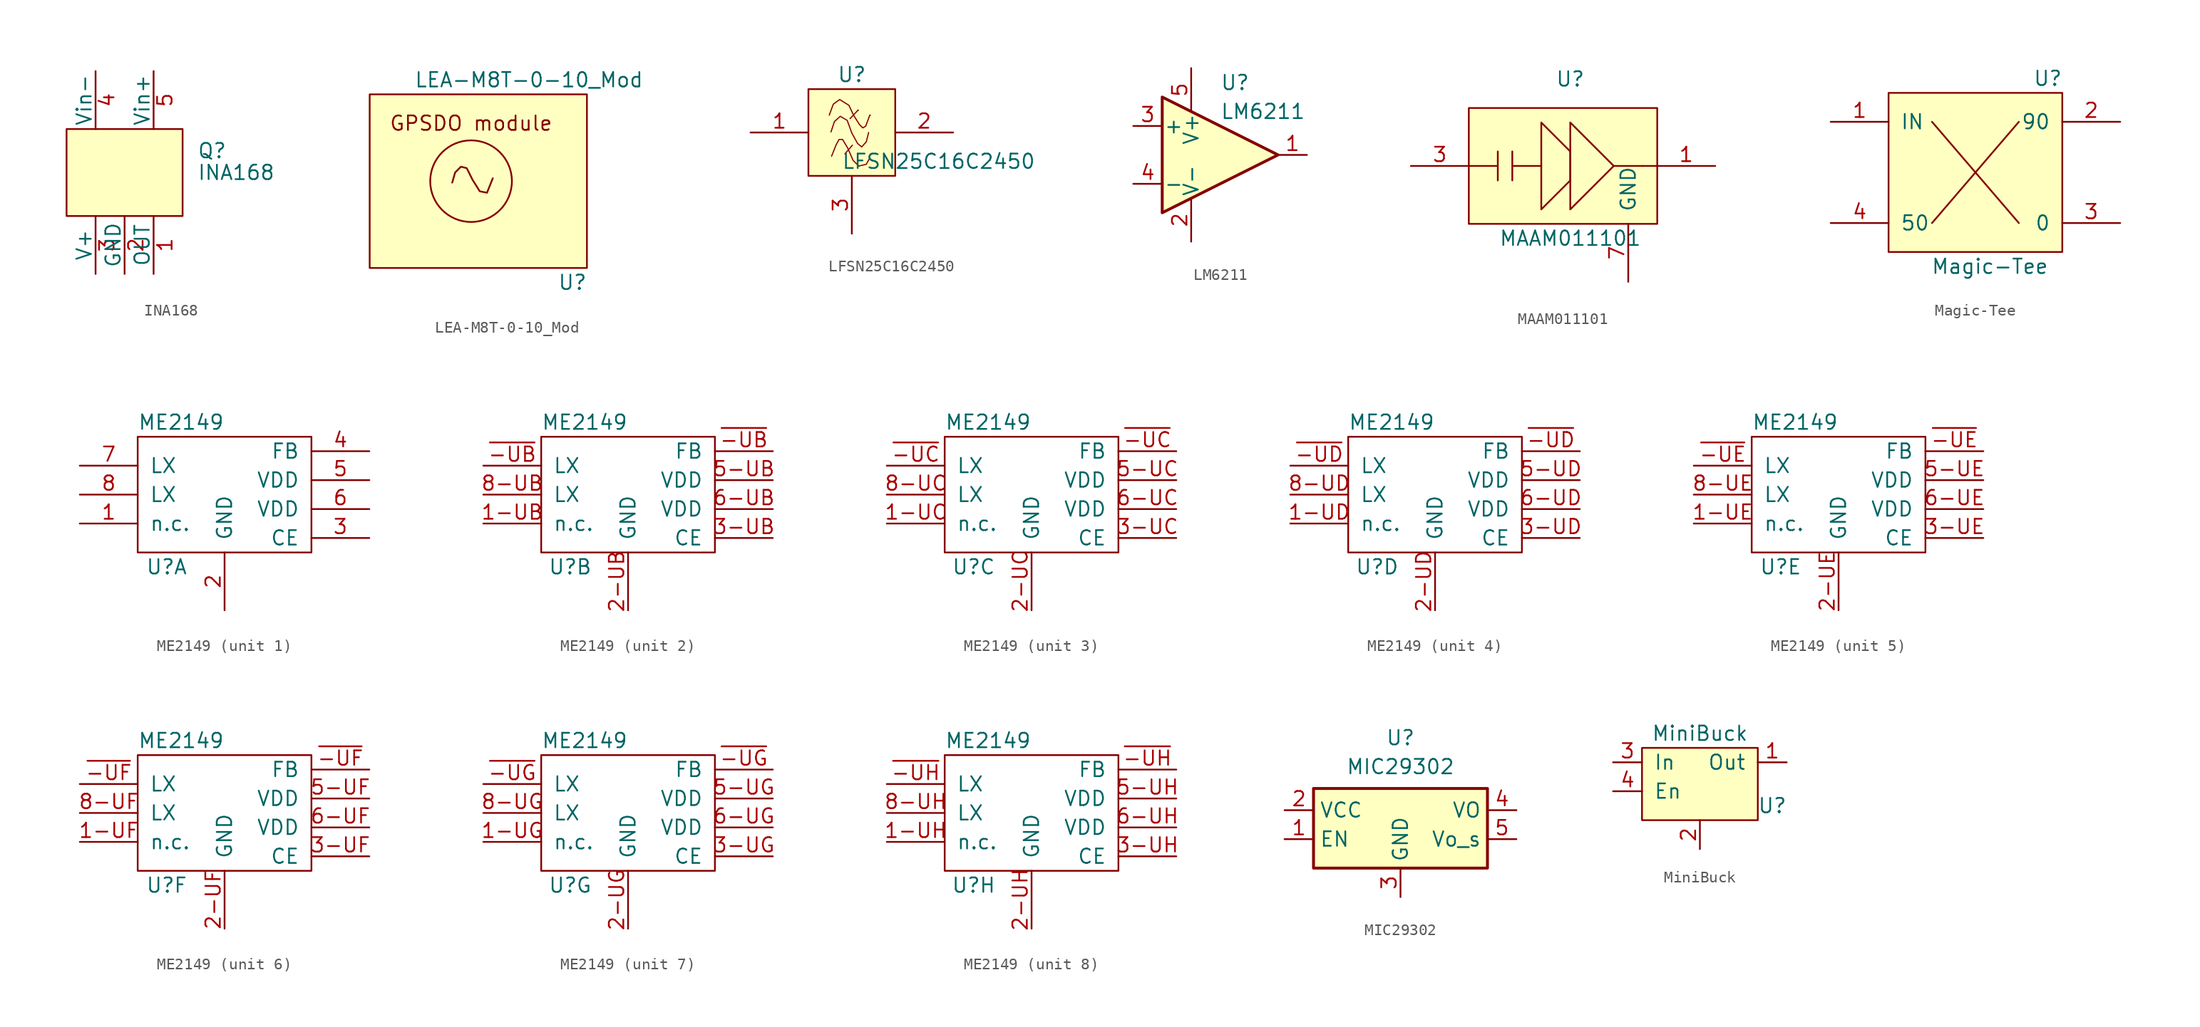
<source format=kicad_sym>
(kicad_symbol_lib
  (version 20211014)
  (generator kicad_symbol_editor)
  (symbol "INA168"
    (pin_names
      (offset 0))
    (property "Reference" "Q"
      (at 6.35 1.905 0)
      (effects (font (size 1.27 1.27)) (justify left)))
    (property "Value" "INA168"
      (at 6.35 0 0)
      (effects (font (size 1.27 1.27)) (justify left)))
    (symbol "INA168_0_1"
      (rectangle (start -5.08 3.81) (end 5.08 -3.81) (stroke (width 0) (type default) (color 0 0 0 0)) (fill (type background))))
    (symbol "INA168_1_1"
      (pin input line (at 2.54 -8.89 90) (length 5.08) (name "OUT" (effects (font (size 1.27 1.27)))) (number "1" (effects (font (size 1.27 1.27)))))
      (pin input line (at 0 -8.89 90) (length 5.08) (name "GND" (effects (font (size 1.27 1.27)))) (number "2" (effects (font (size 1.27 1.27)))))
      (pin input line (at -2.54 -8.89 90) (length 5.08) (name "V+" (effects (font (size 1.27 1.27)))) (number "3" (effects (font (size 1.27 1.27)))))
      (pin input line (at -2.54 8.89 270) (length 5.08) (name "Vin-" (effects (font (size 1.27 1.27)))) (number "4" (effects (font (size 1.27 1.27)))))
      (pin input line (at 2.54 8.89 270) (length 5.08) (name "Vin+" (effects (font (size 1.27 1.27)))) (number "5" (effects (font (size 1.27 1.27)))))))
  (symbol "LEA-M8T-0-10_Mod"
    (pin_names
      (offset 1.016))
    (property "Reference" "U"
      (at 8.89 -8.89 0)
      (effects (font (size 1.27 1.27))))
    (property "Value" "LEA-M8T-0-10_Mod"
      (at 5.08 8.89 0)
      (effects (font (size 1.27 1.27))))
    (symbol "LEA-M8T-0-10_Mod_0_0"
      (text "GPSDO module" (at 0 5.08 0) (effects (font (size 1.27 1.27)))))
    (symbol "LEA-M8T-0-10_Mod_0_1"
      (rectangle (start -8.89 7.62) (end 10.16 -7.62) (stroke (width 0) (type default) (color 0 0 0 0)) (fill (type background)))
      (polyline (pts (xy -1.651 -0.127) (xy -1.397 0.762) (xy -0.889 1.27) (xy -0.381 1.143) (xy 0.127 0.127) (xy 0.762 -0.889) (xy 1.397 -1.016) (xy 1.905 0.254)) (stroke (width 0) (type default) (color 0 0 0 0)) (fill (type none)))
      (circle (center 0 0) (radius 3.581) (stroke (width 0) (type default) (color 0 0 0 0)) (fill (type none)))))
  (symbol "LFSN25C16C2450"
    (pin_names
      (offset 1.016))
    (property "Reference" "U"
      (at 0 5.08 0)
      (effects (font (size 1.27 1.27))))
    (property "Value" "LFSN25C16C2450"
      (at 7.62 -2.54 0)
      (effects (font (size 1.27 1.27))))
    (symbol "LFSN25C16C2450_0_1"
      (rectangle (start -3.81 3.81) (end 3.81 -3.81) (stroke (width 0) (type default) (color 0 0 0 0)) (fill (type background)))
      (polyline (pts (xy -0.61 -1.88) (xy 0.051 -1.118)) (stroke (width 0.102) (type default) (color 0 0 0 0)) (fill (type none)))
      (polyline (pts (xy -0.152 1.219) (xy 0.559 1.981) (xy 0.559 1.93)) (stroke (width 0.102) (type default) (color 0 0 0 0)) (fill (type none)))
      (polyline (pts (xy -1.829 0.051) (xy -1.524 0.965) (xy -1.016 1.422) (xy -0.406 1.067) (xy 0 -0.051) (xy 0.508 -0.965) (xy 0.864 -1.27) (xy 1.27 -0.813) (xy 1.473 0)) (stroke (width 0.102) (type default) (color 0 0 0 0)) (fill (type none)))
      (polyline (pts (xy -1.778 -2.083) (xy -1.372 -1.067) (xy -1.118 -0.61) (xy -0.813 -0.61) (xy -0.356 -1.372) (xy 0.102 -2.438) (xy 0.61 -2.946) (xy 1.27 -2.794) (xy 1.575 -2.235)) (stroke (width 0.102) (type default) (color 0 0 0 0)) (fill (type none)))
      (polyline (pts (xy -1.981 1.524) (xy -1.626 2.489) (xy -1.067 2.896) (xy -0.254 2.388) (xy 0.152 1.524) (xy 0.66 0.711) (xy 0.965 0.406) (xy 1.219 0.559) (xy 1.575 1.524) (xy 1.626 1.524)) (stroke (width 0.102) (type default) (color 0 0 0 0)) (fill (type none))))
    (symbol "LFSN25C16C2450_1_1"
      (pin passive line (at -8.89 0 0) (length 5.08) (name "~" (effects (font (size 1.27 1.27)))) (number "1" (effects (font (size 1.27 1.27)))))
      (pin passive line (at 8.89 0 180) (length 5.08) (name "~" (effects (font (size 1.27 1.27)))) (number "2" (effects (font (size 1.27 1.27)))))
      (pin power_in line (at 0 -8.89 90) (length 5.08) (name "~" (effects (font (size 1.27 1.27)))) (number "3" (effects (font (size 1.27 1.27)))))
      (pin power_in line (at 0 -8.89 90) (length 5.08) hide (name "~" (effects (font (size 1.27 1.27)))) (number "4" (effects (font (size 1.27 1.27)))))))
  (symbol "LM6211"
    (pin_names
      (offset 0.127))
    (property "Reference" "U"
      (at 0 6.35 0)
      (effects (font (size 1.27 1.27)) (justify left)))
    (property "Value" "LM6211"
      (at 0 3.81 0)
      (effects (font (size 1.27 1.27)) (justify left)))
    (symbol "LM6211_0_1"
      (polyline (pts (xy -5.08 5.08) (xy 5.08 0) (xy -5.08 -5.08) (xy -5.08 5.08)) (stroke (width 0.254) (type default) (color 0 0 0 0)) (fill (type background))))
    (symbol "LM6211_1_1"
      (pin output line (at 7.62 0 180) (length 2.54) (name "~" (effects (font (size 1.27 1.27)))) (number "1" (effects (font (size 1.27 1.27)))))
      (pin power_in line (at -2.54 -7.62 90) (length 3.81) (name "V-" (effects (font (size 1.27 1.27)))) (number "2" (effects (font (size 1.27 1.27)))))
      (pin input line (at -7.62 2.54 0) (length 2.54) (name "+" (effects (font (size 1.27 1.27)))) (number "3" (effects (font (size 1.27 1.27)))))
      (pin input line (at -7.62 -2.54 0) (length 2.54) (name "-" (effects (font (size 1.27 1.27)))) (number "4" (effects (font (size 1.27 1.27)))))
      (pin power_in line (at -2.54 7.62 270) (length 3.81) (name "V+" (effects (font (size 1.27 1.27)))) (number "5" (effects (font (size 1.27 1.27)))))))
  (symbol "MAAM011101"
    (pin_names
      (offset 1.016))
    (property "Reference" "U"
      (at 0 7.62 0)
      (effects (font (size 1.27 1.27))))
    (property "Value" "MAAM011101"
      (at 0 -6.35 0)
      (effects (font (size 1.27 1.27))))
    (symbol "MAAM011101_0_1"
      (rectangle (start -8.89 5.08) (end 7.62 -5.08) (stroke (width 0) (type default) (color 0 0 0 0)) (fill (type background)))
      (polyline (pts (xy 3.81 0) (xy 6.35 0)) (stroke (width 0) (type default) (color 0 0 0 0)) (fill (type none)))
      (polyline (pts (xy 6.35 0) (xy 7.62 0)) (stroke (width 0) (type default) (color 0 0 0 0)) (fill (type none)))
      (polyline (pts (xy -8.89 0) (xy -6.35 0) (xy -6.35 1.27) (xy -6.35 -1.27)) (stroke (width 0) (type default) (color 0 0 0 0)) (fill (type none)))
      (polyline (pts (xy -5.08 1.27) (xy -5.08 -1.27) (xy -5.08 0) (xy -2.54 0)) (stroke (width 0) (type default) (color 0 0 0 0)) (fill (type none)))
      (polyline (pts (xy 0 -3.81) (xy 0 3.81) (xy 3.81 0) (xy 0 -3.81)) (stroke (width 0) (type default) (color 0 0 0 0)) (fill (type none)))
      (polyline (pts (xy -2.54 3.81) (xy -2.54 -3.81) (xy 0 -1.27) (xy 0 1.27) (xy -2.54 3.81)) (stroke (width 0) (type default) (color 0 0 0 0)) (fill (type none))))
    (symbol "MAAM011101_1_1"
      (pin input line (at 12.7 0 180) (length 5.08) (name "~" (effects (font (size 1.27 1.27)))) (number "1" (effects (font (size 1.27 1.27)))))
      (pin input line (at 5.08 -10.16 90) (length 5.08) hide (name "~" (effects (font (size 1.27 1.27)))) (number "2" (effects (font (size 1.27 1.27)))))
      (pin input line (at -13.97 0 0) (length 5.08) (name "~" (effects (font (size 1.27 1.27)))) (number "3" (effects (font (size 1.27 1.27)))))
      (pin input line (at 5.08 -10.16 90) (length 5.08) hide (name "~" (effects (font (size 1.27 1.27)))) (number "4" (effects (font (size 1.27 1.27)))))
      (pin input line (at 5.08 -10.16 90) (length 5.08) hide (name "~" (effects (font (size 1.27 1.27)))) (number "5" (effects (font (size 1.27 1.27)))))
      (pin input line (at 5.08 -10.16 90) (length 5.08) hide (name "~" (effects (font (size 1.27 1.27)))) (number "6" (effects (font (size 1.27 1.27)))))
      (pin input line (at 5.08 -10.16 90) (length 5.08) (name "GND" (effects (font (size 1.27 1.27)))) (number "7" (effects (font (size 1.27 1.27)))))))
  (symbol "Magic-Tee"
    (pin_names
      (offset 1.016))
    (property "Reference" "U"
      (at 8.89 10.16 0)
      (effects (font (size 1.27 1.27))))
    (property "Value" "Magic-Tee"
      (at 3.81 -6.35 0)
      (effects (font (size 1.27 1.27))))
    (symbol "Magic-Tee_0_1"
      (rectangle (start -5.08 8.89) (end 10.16 -5.08) (stroke (width 0) (type default) (color 0 0 0 0)) (fill (type background)))
      (polyline (pts (xy -1.27 6.35) (xy 6.35 -2.54)) (stroke (width 0) (type default) (color 0 0 0 0)) (fill (type none)))
      (polyline (pts (xy 6.35 6.35) (xy -1.27 -2.54)) (stroke (width 0) (type default) (color 0 0 0 0)) (fill (type none))))
    (symbol "Magic-Tee_1_1"
      (pin input line (at -10.16 6.35 0) (length 5.08) (name "IN" (effects (font (size 1.27 1.27)))) (number "1" (effects (font (size 1.27 1.27)))))
      (pin input line (at 15.24 6.35 180) (length 5.08) (name "90" (effects (font (size 1.27 1.27)))) (number "2" (effects (font (size 1.27 1.27)))))
      (pin input line (at 15.24 -2.54 180) (length 5.08) (name "0" (effects (font (size 1.27 1.27)))) (number "3" (effects (font (size 1.27 1.27)))))
      (pin input line (at -10.16 -2.54 0) (length 5.08) (name "50" (effects (font (size 1.27 1.27)))) (number "4" (effects (font (size 1.27 1.27)))))))
  (symbol "ME2149"
    (pin_names
      (offset 1.016))
    (property "Reference" "U"
      (at -5.08 -6.35 0)
      (effects (font (size 1.27 1.27))))
    (property "Value" "ME2149"
      (at -3.81 6.35 0)
      (effects (font (size 1.27 1.27))))
    (symbol "ME2149_0_1"
      (rectangle (start -7.62 5.08) (end 7.62 -5.08) (stroke (width 0) (type default) (color 0 0 0 0)) (fill (type none))))
    (symbol "ME2149_1_1"
      (pin input line (at -12.7 -2.54 0) (length 5.08) (name "n.c." (effects (font (size 1.27 1.27)))) (number "1" (effects (font (size 1.27 1.27)))))
      (pin input line (at 0 -10.16 90) (length 5.08) (name "GND" (effects (font (size 1.27 1.27)))) (number "2" (effects (font (size 1.27 1.27)))))
      (pin input line (at 12.7 -3.81 180) (length 5.08) (name "CE" (effects (font (size 1.27 1.27)))) (number "3" (effects (font (size 1.27 1.27)))))
      (pin input line (at 12.7 3.81 180) (length 5.08) (name "FB" (effects (font (size 1.27 1.27)))) (number "4" (effects (font (size 1.27 1.27)))))
      (pin input line (at 12.7 1.27 180) (length 5.08) (name "VDD" (effects (font (size 1.27 1.27)))) (number "5" (effects (font (size 1.27 1.27)))))
      (pin input line (at 12.7 -1.27 180) (length 5.08) (name "VDD" (effects (font (size 1.27 1.27)))) (number "6" (effects (font (size 1.27 1.27)))))
      (pin input line (at -12.7 2.54 0) (length 5.08) (name "LX" (effects (font (size 1.27 1.27)))) (number "7" (effects (font (size 1.27 1.27)))))
      (pin input line (at -12.7 0 0) (length 5.08) (name "LX" (effects (font (size 1.27 1.27)))) (number "8" (effects (font (size 1.27 1.27))))))
    (symbol "ME2149_2_1"
      (pin input line (at -12.7 -2.54 0) (length 5.08) (name "n.c." (effects (font (size 1.27 1.27)))) (number "1-UB" (effects (font (size 1.27 1.27)))))
      (pin input line (at 0 -10.16 90) (length 5.08) (name "GND" (effects (font (size 1.27 1.27)))) (number "2-UB" (effects (font (size 1.27 1.27)))))
      (pin input line (at 12.7 -3.81 180) (length 5.08) (name "CE" (effects (font (size 1.27 1.27)))) (number "3-UB" (effects (font (size 1.27 1.27)))))
      (pin input line (at 12.7 1.27 180) (length 5.08) (name "VDD" (effects (font (size 1.27 1.27)))) (number "5-UB" (effects (font (size 1.27 1.27)))))
      (pin input line (at 12.7 -1.27 180) (length 5.08) (name "VDD" (effects (font (size 1.27 1.27)))) (number "6-UB" (effects (font (size 1.27 1.27)))))
      (pin input line (at -12.7 0 0) (length 5.08) (name "LX" (effects (font (size 1.27 1.27)))) (number "8-UB" (effects (font (size 1.27 1.27)))))
      (pin input line (at 12.7 3.81 180) (length 5.08) (name "FB" (effects (font (size 1.27 1.27)))) (number "~{-UB}" (effects (font (size 1.27 1.27)))))
      (pin input line (at -12.7 2.54 0) (length 5.08) (name "LX" (effects (font (size 1.27 1.27)))) (number "~{-UB}" (effects (font (size 1.27 1.27))))))
    (symbol "ME2149_3_1"
      (pin input line (at -12.7 -2.54 0) (length 5.08) (name "n.c." (effects (font (size 1.27 1.27)))) (number "1-UC" (effects (font (size 1.27 1.27)))))
      (pin input line (at 0 -10.16 90) (length 5.08) (name "GND" (effects (font (size 1.27 1.27)))) (number "2-UC" (effects (font (size 1.27 1.27)))))
      (pin input line (at 12.7 -3.81 180) (length 5.08) (name "CE" (effects (font (size 1.27 1.27)))) (number "3-UC" (effects (font (size 1.27 1.27)))))
      (pin input line (at 12.7 1.27 180) (length 5.08) (name "VDD" (effects (font (size 1.27 1.27)))) (number "5-UC" (effects (font (size 1.27 1.27)))))
      (pin input line (at 12.7 -1.27 180) (length 5.08) (name "VDD" (effects (font (size 1.27 1.27)))) (number "6-UC" (effects (font (size 1.27 1.27)))))
      (pin input line (at -12.7 0 0) (length 5.08) (name "LX" (effects (font (size 1.27 1.27)))) (number "8-UC" (effects (font (size 1.27 1.27)))))
      (pin input line (at 12.7 3.81 180) (length 5.08) (name "FB" (effects (font (size 1.27 1.27)))) (number "~{-UC}" (effects (font (size 1.27 1.27)))))
      (pin input line (at -12.7 2.54 0) (length 5.08) (name "LX" (effects (font (size 1.27 1.27)))) (number "~{-UC}" (effects (font (size 1.27 1.27))))))
    (symbol "ME2149_4_1"
      (pin input line (at -12.7 -2.54 0) (length 5.08) (name "n.c." (effects (font (size 1.27 1.27)))) (number "1-UD" (effects (font (size 1.27 1.27)))))
      (pin input line (at 0 -10.16 90) (length 5.08) (name "GND" (effects (font (size 1.27 1.27)))) (number "2-UD" (effects (font (size 1.27 1.27)))))
      (pin input line (at 12.7 -3.81 180) (length 5.08) (name "CE" (effects (font (size 1.27 1.27)))) (number "3-UD" (effects (font (size 1.27 1.27)))))
      (pin input line (at 12.7 1.27 180) (length 5.08) (name "VDD" (effects (font (size 1.27 1.27)))) (number "5-UD" (effects (font (size 1.27 1.27)))))
      (pin input line (at 12.7 -1.27 180) (length 5.08) (name "VDD" (effects (font (size 1.27 1.27)))) (number "6-UD" (effects (font (size 1.27 1.27)))))
      (pin input line (at -12.7 0 0) (length 5.08) (name "LX" (effects (font (size 1.27 1.27)))) (number "8-UD" (effects (font (size 1.27 1.27)))))
      (pin input line (at 12.7 3.81 180) (length 5.08) (name "FB" (effects (font (size 1.27 1.27)))) (number "~{-UD}" (effects (font (size 1.27 1.27)))))
      (pin input line (at -12.7 2.54 0) (length 5.08) (name "LX" (effects (font (size 1.27 1.27)))) (number "~{-UD}" (effects (font (size 1.27 1.27))))))
    (symbol "ME2149_5_1"
      (pin input line (at -12.7 -2.54 0) (length 5.08) (name "n.c." (effects (font (size 1.27 1.27)))) (number "1-UE" (effects (font (size 1.27 1.27)))))
      (pin input line (at 0 -10.16 90) (length 5.08) (name "GND" (effects (font (size 1.27 1.27)))) (number "2-UE" (effects (font (size 1.27 1.27)))))
      (pin input line (at 12.7 -3.81 180) (length 5.08) (name "CE" (effects (font (size 1.27 1.27)))) (number "3-UE" (effects (font (size 1.27 1.27)))))
      (pin input line (at 12.7 1.27 180) (length 5.08) (name "VDD" (effects (font (size 1.27 1.27)))) (number "5-UE" (effects (font (size 1.27 1.27)))))
      (pin input line (at 12.7 -1.27 180) (length 5.08) (name "VDD" (effects (font (size 1.27 1.27)))) (number "6-UE" (effects (font (size 1.27 1.27)))))
      (pin input line (at -12.7 0 0) (length 5.08) (name "LX" (effects (font (size 1.27 1.27)))) (number "8-UE" (effects (font (size 1.27 1.27)))))
      (pin input line (at 12.7 3.81 180) (length 5.08) (name "FB" (effects (font (size 1.27 1.27)))) (number "~{-UE}" (effects (font (size 1.27 1.27)))))
      (pin input line (at -12.7 2.54 0) (length 5.08) (name "LX" (effects (font (size 1.27 1.27)))) (number "~{-UE}" (effects (font (size 1.27 1.27))))))
    (symbol "ME2149_6_1"
      (pin input line (at -12.7 -2.54 0) (length 5.08) (name "n.c." (effects (font (size 1.27 1.27)))) (number "1-UF" (effects (font (size 1.27 1.27)))))
      (pin input line (at 0 -10.16 90) (length 5.08) (name "GND" (effects (font (size 1.27 1.27)))) (number "2-UF" (effects (font (size 1.27 1.27)))))
      (pin input line (at 12.7 -3.81 180) (length 5.08) (name "CE" (effects (font (size 1.27 1.27)))) (number "3-UF" (effects (font (size 1.27 1.27)))))
      (pin input line (at 12.7 1.27 180) (length 5.08) (name "VDD" (effects (font (size 1.27 1.27)))) (number "5-UF" (effects (font (size 1.27 1.27)))))
      (pin input line (at 12.7 -1.27 180) (length 5.08) (name "VDD" (effects (font (size 1.27 1.27)))) (number "6-UF" (effects (font (size 1.27 1.27)))))
      (pin input line (at -12.7 0 0) (length 5.08) (name "LX" (effects (font (size 1.27 1.27)))) (number "8-UF" (effects (font (size 1.27 1.27)))))
      (pin input line (at 12.7 3.81 180) (length 5.08) (name "FB" (effects (font (size 1.27 1.27)))) (number "~{-UF}" (effects (font (size 1.27 1.27)))))
      (pin input line (at -12.7 2.54 0) (length 5.08) (name "LX" (effects (font (size 1.27 1.27)))) (number "~{-UF}" (effects (font (size 1.27 1.27))))))
    (symbol "ME2149_7_1"
      (pin input line (at -12.7 -2.54 0) (length 5.08) (name "n.c." (effects (font (size 1.27 1.27)))) (number "1-UG" (effects (font (size 1.27 1.27)))))
      (pin input line (at 0 -10.16 90) (length 5.08) (name "GND" (effects (font (size 1.27 1.27)))) (number "2-UG" (effects (font (size 1.27 1.27)))))
      (pin input line (at 12.7 -3.81 180) (length 5.08) (name "CE" (effects (font (size 1.27 1.27)))) (number "3-UG" (effects (font (size 1.27 1.27)))))
      (pin input line (at 12.7 1.27 180) (length 5.08) (name "VDD" (effects (font (size 1.27 1.27)))) (number "5-UG" (effects (font (size 1.27 1.27)))))
      (pin input line (at 12.7 -1.27 180) (length 5.08) (name "VDD" (effects (font (size 1.27 1.27)))) (number "6-UG" (effects (font (size 1.27 1.27)))))
      (pin input line (at -12.7 0 0) (length 5.08) (name "LX" (effects (font (size 1.27 1.27)))) (number "8-UG" (effects (font (size 1.27 1.27)))))
      (pin input line (at 12.7 3.81 180) (length 5.08) (name "FB" (effects (font (size 1.27 1.27)))) (number "~{-UG}" (effects (font (size 1.27 1.27)))))
      (pin input line (at -12.7 2.54 0) (length 5.08) (name "LX" (effects (font (size 1.27 1.27)))) (number "~{-UG}" (effects (font (size 1.27 1.27))))))
    (symbol "ME2149_8_1"
      (pin input line (at -12.7 -2.54 0) (length 5.08) (name "n.c." (effects (font (size 1.27 1.27)))) (number "1-UH" (effects (font (size 1.27 1.27)))))
      (pin input line (at 0 -10.16 90) (length 5.08) (name "GND" (effects (font (size 1.27 1.27)))) (number "2-UH" (effects (font (size 1.27 1.27)))))
      (pin input line (at 12.7 -3.81 180) (length 5.08) (name "CE" (effects (font (size 1.27 1.27)))) (number "3-UH" (effects (font (size 1.27 1.27)))))
      (pin input line (at 12.7 1.27 180) (length 5.08) (name "VDD" (effects (font (size 1.27 1.27)))) (number "5-UH" (effects (font (size 1.27 1.27)))))
      (pin input line (at 12.7 -1.27 180) (length 5.08) (name "VDD" (effects (font (size 1.27 1.27)))) (number "6-UH" (effects (font (size 1.27 1.27)))))
      (pin input line (at -12.7 0 0) (length 5.08) (name "LX" (effects (font (size 1.27 1.27)))) (number "8-UH" (effects (font (size 1.27 1.27)))))
      (pin input line (at 12.7 3.81 180) (length 5.08) (name "FB" (effects (font (size 1.27 1.27)))) (number "~{-UH}" (effects (font (size 1.27 1.27)))))
      (pin input line (at -12.7 2.54 0) (length 5.08) (name "LX" (effects (font (size 1.27 1.27)))) (number "~{-UH}" (effects (font (size 1.27 1.27)))))))
  (symbol "MIC29302"
    (property "Reference" "U"
      (at 0 6.35 0)
      (effects (font (size 1.27 1.27))))
    (property "Value" "MIC29302"
      (at 0 3.81 0)
      (effects (font (size 1.27 1.27))))
    (symbol "MIC29302_1_1"
      (rectangle (start -7.62 -5.08) (end 7.62 1.905) (stroke (width 0.254) (type default) (color 0 0 0 0)) (fill (type background)))
      (pin input line (at -10.16 -2.54 0) (length 2.54) (name "EN" (effects (font (size 1.27 1.27)))) (number "1" (effects (font (size 1.27 1.27)))))
      (pin power_in line (at -10.16 0 0) (length 2.54) (name "VCC" (effects (font (size 1.27 1.27)))) (number "2" (effects (font (size 1.27 1.27)))))
      (pin power_in line (at 0 -7.62 90) (length 2.54) (name "GND" (effects (font (size 1.27 1.27)))) (number "3" (effects (font (size 1.27 1.27)))))
      (pin power_out line (at 10.16 0 180) (length 2.54) (name "VO" (effects (font (size 1.27 1.27)))) (number "4" (effects (font (size 1.27 1.27)))))
      (pin input line (at 10.16 -2.54 180) (length 2.54) (name "Vo_s" (effects (font (size 1.27 1.27)))) (number "5" (effects (font (size 1.27 1.27)))))
      (pin passive line (at 0 -7.62 90) (length 2.54) hide (name "GND" (effects (font (size 1.27 1.27)))) (number "6" (effects (font (size 1.27 1.27)))))))
  (symbol "MiniBuck"
    (pin_names
      (offset 1.016))
    (property "Reference" "U"
      (at 6.35 -2.54 0)
      (effects (font (size 1.27 1.27))))
    (property "Value" "MiniBuck"
      (at 0 3.81 0)
      (effects (font (size 1.27 1.27))))
    (symbol "MiniBuck_0_1"
      (rectangle (start -5.08 -3.81) (end 5.08 2.54) (stroke (width 0) (type default) (color 0 0 0 0)) (fill (type background))))
    (symbol "MiniBuck_1_1"
      (pin power_out line (at 7.62 1.27 180) (length 2.54) (name "Out" (effects (font (size 1.27 1.27)))) (number "1" (effects (font (size 1.27 1.27)))))
      (pin power_in line (at 0 -6.35 90) (length 2.54) (name "~" (effects (font (size 1.27 1.27)))) (number "2" (effects (font (size 1.27 1.27)))))
      (pin power_in line (at -7.62 1.27 0) (length 2.54) (name "In" (effects (font (size 1.27 1.27)))) (number "3" (effects (font (size 1.27 1.27)))))
      (pin passive line (at -7.62 -1.27 0) (length 2.54) (name "En" (effects (font (size 1.27 1.27)))) (number "4" (effects (font (size 1.27 1.27))))))))
</source>
